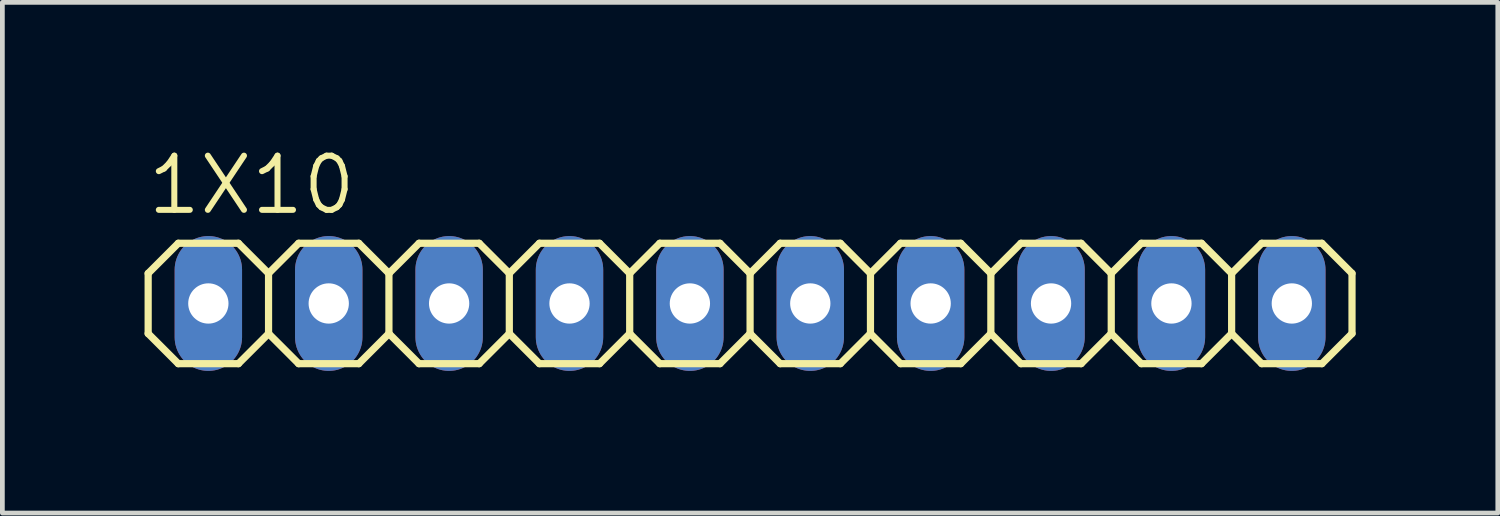
<source format=kicad_pcb>
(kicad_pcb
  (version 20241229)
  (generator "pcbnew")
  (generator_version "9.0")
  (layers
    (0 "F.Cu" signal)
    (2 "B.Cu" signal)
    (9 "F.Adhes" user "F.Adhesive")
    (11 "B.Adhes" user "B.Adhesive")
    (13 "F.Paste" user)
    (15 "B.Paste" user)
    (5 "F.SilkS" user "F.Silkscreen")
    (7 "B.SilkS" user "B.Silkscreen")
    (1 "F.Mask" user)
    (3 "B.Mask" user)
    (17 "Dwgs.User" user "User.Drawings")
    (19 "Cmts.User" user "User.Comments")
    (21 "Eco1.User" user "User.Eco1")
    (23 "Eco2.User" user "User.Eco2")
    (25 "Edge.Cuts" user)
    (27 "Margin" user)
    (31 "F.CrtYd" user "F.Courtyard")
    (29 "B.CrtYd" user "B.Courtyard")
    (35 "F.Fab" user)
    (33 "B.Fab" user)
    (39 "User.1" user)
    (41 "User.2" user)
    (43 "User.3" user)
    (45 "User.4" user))
  (footprint "1X10"
    (layer "F.Cu")
    (at 12.776 3.353)
    (property "Reference" "1X10" (at -12.776 -1.829 0) (unlocked yes) (layer "F.SilkS") (effects (font (size 1.143 1.143) (thickness 0.127)) (justify left bottom)))
    (fp_line (start -12.7 -0.635) (end -12.7 0.635) (stroke (width 0.152) (type solid)) (layer "F.SilkS"))
    (fp_line (start -12.7 0.635) (end -12.065 1.27) (stroke (width 0.152) (type solid)) (layer "F.SilkS"))
    (fp_line (start -12.065 -1.27) (end -12.7 -0.635) (stroke (width 0.152) (type solid)) (layer "F.SilkS"))
    (fp_line (start -12.065 -1.27) (end -10.795 -1.27) (stroke (width 0.152) (type solid)) (layer "F.SilkS"))
    (fp_line (start -10.795 -1.27) (end -10.16 -0.635) (stroke (width 0.152) (type solid)) (layer "F.SilkS"))
    (fp_line (start -10.795 1.27) (end -12.065 1.27) (stroke (width 0.152) (type solid)) (layer "F.SilkS"))
    (fp_line (start -10.16 -0.635) (end -10.16 0.635) (stroke (width 0.152) (type solid)) (layer "F.SilkS"))
    (fp_line (start -10.16 -0.635) (end -9.525 -1.27) (stroke (width 0.152) (type solid)) (layer "F.SilkS"))
    (fp_line (start -10.16 0.635) (end -10.795 1.27) (stroke (width 0.152) (type solid)) (layer "F.SilkS"))
    (fp_line (start -9.525 -1.27) (end -8.255 -1.27) (stroke (width 0.152) (type solid)) (layer "F.SilkS"))
    (fp_line (start -9.525 1.27) (end -10.16 0.635) (stroke (width 0.152) (type solid)) (layer "F.SilkS"))
    (fp_line (start -8.255 -1.27) (end -7.62 -0.635) (stroke (width 0.152) (type solid)) (layer "F.SilkS"))
    (fp_line (start -8.255 1.27) (end -9.525 1.27) (stroke (width 0.152) (type solid)) (layer "F.SilkS"))
    (fp_line (start -7.62 -0.635) (end -7.62 0.635) (stroke (width 0.152) (type solid)) (layer "F.SilkS"))
    (fp_line (start -7.62 -0.635) (end -6.985 -1.27) (stroke (width 0.152) (type solid)) (layer "F.SilkS"))
    (fp_line (start -7.62 0.635) (end -8.255 1.27) (stroke (width 0.152) (type solid)) (layer "F.SilkS"))
    (fp_line (start -6.985 -1.27) (end -5.715 -1.27) (stroke (width 0.152) (type solid)) (layer "F.SilkS"))
    (fp_line (start -6.985 1.27) (end -7.62 0.635) (stroke (width 0.152) (type solid)) (layer "F.SilkS"))
    (fp_line (start -5.715 -1.27) (end -5.08 -0.635) (stroke (width 0.152) (type solid)) (layer "F.SilkS"))
    (fp_line (start -5.715 1.27) (end -6.985 1.27) (stroke (width 0.152) (type solid)) (layer "F.SilkS"))
    (fp_line (start -5.08 -0.635) (end -5.08 0.635) (stroke (width 0.152) (type solid)) (layer "F.SilkS"))
    (fp_line (start -5.08 0.635) (end -5.715 1.27) (stroke (width 0.152) (type solid)) (layer "F.SilkS"))
    (fp_line (start -5.08 0.635) (end -4.445 1.27) (stroke (width 0.152) (type solid)) (layer "F.SilkS"))
    (fp_line (start -4.445 -1.27) (end -5.08 -0.635) (stroke (width 0.152) (type solid)) (layer "F.SilkS"))
    (fp_line (start -4.445 -1.27) (end -3.175 -1.27) (stroke (width 0.152) (type solid)) (layer "F.SilkS"))
    (fp_line (start -3.175 -1.27) (end -2.54 -0.635) (stroke (width 0.152) (type solid)) (layer "F.SilkS"))
    (fp_line (start -3.175 1.27) (end -4.445 1.27) (stroke (width 0.152) (type solid)) (layer "F.SilkS"))
    (fp_line (start -2.54 -0.635) (end -2.54 0.635) (stroke (width 0.152) (type solid)) (layer "F.SilkS"))
    (fp_line (start -2.54 -0.635) (end -1.905 -1.27) (stroke (width 0.152) (type solid)) (layer "F.SilkS"))
    (fp_line (start -2.54 0.635) (end -3.175 1.27) (stroke (width 0.152) (type solid)) (layer "F.SilkS"))
    (fp_line (start -1.905 -1.27) (end -0.635 -1.27) (stroke (width 0.152) (type solid)) (layer "F.SilkS"))
    (fp_line (start -1.905 1.27) (end -2.54 0.635) (stroke (width 0.152) (type solid)) (layer "F.SilkS"))
    (fp_line (start -0.635 -1.27) (end 0 -0.635) (stroke (width 0.152) (type solid)) (layer "F.SilkS"))
    (fp_line (start -0.635 1.27) (end -1.905 1.27) (stroke (width 0.152) (type solid)) (layer "F.SilkS"))
    (fp_line (start 0 -0.635) (end 0 0.635) (stroke (width 0.152) (type solid)) (layer "F.SilkS"))
    (fp_line (start 0 -0.635) (end 0.635 -1.27) (stroke (width 0.152) (type solid)) (layer "F.SilkS"))
    (fp_line (start 0 0.635) (end -0.635 1.27) (stroke (width 0.152) (type solid)) (layer "F.SilkS"))
    (fp_line (start 0.635 -1.27) (end 1.905 -1.27) (stroke (width 0.152) (type solid)) (layer "F.SilkS"))
    (fp_line (start 0.635 1.27) (end 0 0.635) (stroke (width 0.152) (type solid)) (layer "F.SilkS"))
    (fp_line (start 1.905 -1.27) (end 2.54 -0.635) (stroke (width 0.152) (type solid)) (layer "F.SilkS"))
    (fp_line (start 1.905 1.27) (end 0.635 1.27) (stroke (width 0.152) (type solid)) (layer "F.SilkS"))
    (fp_line (start 2.54 -0.635) (end 2.54 0.635) (stroke (width 0.152) (type solid)) (layer "F.SilkS"))
    (fp_line (start 2.54 0.635) (end 1.905 1.27) (stroke (width 0.152) (type solid)) (layer "F.SilkS"))
    (fp_line (start 2.54 0.635) (end 3.175 1.27) (stroke (width 0.152) (type solid)) (layer "F.SilkS"))
    (fp_line (start 3.175 -1.27) (end 2.54 -0.635) (stroke (width 0.152) (type solid)) (layer "F.SilkS"))
    (fp_line (start 3.175 -1.27) (end 4.445 -1.27) (stroke (width 0.152) (type solid)) (layer "F.SilkS"))
    (fp_line (start 4.445 -1.27) (end 5.08 -0.635) (stroke (width 0.152) (type solid)) (layer "F.SilkS"))
    (fp_line (start 4.445 1.27) (end 3.175 1.27) (stroke (width 0.152) (type solid)) (layer "F.SilkS"))
    (fp_line (start 5.08 -0.635) (end 5.08 0.635) (stroke (width 0.152) (type solid)) (layer "F.SilkS"))
    (fp_line (start 5.08 -0.635) (end 5.715 -1.27) (stroke (width 0.152) (type solid)) (layer "F.SilkS"))
    (fp_line (start 5.08 0.635) (end 4.445 1.27) (stroke (width 0.152) (type solid)) (layer "F.SilkS"))
    (fp_line (start 5.715 -1.27) (end 6.985 -1.27) (stroke (width 0.152) (type solid)) (layer "F.SilkS"))
    (fp_line (start 5.715 1.27) (end 5.08 0.635) (stroke (width 0.152) (type solid)) (layer "F.SilkS"))
    (fp_line (start 6.985 -1.27) (end 7.62 -0.635) (stroke (width 0.152) (type solid)) (layer "F.SilkS"))
    (fp_line (start 6.985 1.27) (end 5.715 1.27) (stroke (width 0.152) (type solid)) (layer "F.SilkS"))
    (fp_line (start 7.62 -0.635) (end 7.62 0.635) (stroke (width 0.152) (type solid)) (layer "F.SilkS"))
    (fp_line (start 7.62 -0.635) (end 8.255 -1.27) (stroke (width 0.152) (type solid)) (layer "F.SilkS"))
    (fp_line (start 7.62 0.635) (end 6.985 1.27) (stroke (width 0.152) (type solid)) (layer "F.SilkS"))
    (fp_line (start 8.255 -1.27) (end 9.525 -1.27) (stroke (width 0.152) (type solid)) (layer "F.SilkS"))
    (fp_line (start 8.255 1.27) (end 7.62 0.635) (stroke (width 0.152) (type solid)) (layer "F.SilkS"))
    (fp_line (start 9.525 -1.27) (end 10.16 -0.635) (stroke (width 0.152) (type solid)) (layer "F.SilkS"))
    (fp_line (start 9.525 1.27) (end 8.255 1.27) (stroke (width 0.152) (type solid)) (layer "F.SilkS"))
    (fp_line (start 10.16 -0.635) (end 10.16 0.635) (stroke (width 0.152) (type solid)) (layer "F.SilkS"))
    (fp_line (start 10.16 0.635) (end 9.525 1.27) (stroke (width 0.152) (type solid)) (layer "F.SilkS"))
    (fp_line (start 10.16 0.635) (end 10.795 1.27) (stroke (width 0.152) (type solid)) (layer "F.SilkS"))
    (fp_line (start 10.795 -1.27) (end 10.16 -0.635) (stroke (width 0.152) (type solid)) (layer "F.SilkS"))
    (fp_line (start 10.795 -1.27) (end 12.065 -1.27) (stroke (width 0.152) (type solid)) (layer "F.SilkS"))
    (fp_line (start 12.065 -1.27) (end 12.7 -0.635) (stroke (width 0.152) (type solid)) (layer "F.SilkS"))
    (fp_line (start 12.065 1.27) (end 10.795 1.27) (stroke (width 0.152) (type solid)) (layer "F.SilkS"))
    (fp_line (start 12.7 -0.635) (end 12.7 0.635) (stroke (width 0.152) (type solid)) (layer "F.SilkS"))
    (fp_line (start 12.7 0.635) (end 12.065 1.27) (stroke (width 0.152) (type solid)) (layer "F.SilkS"))
    (fp_poly (pts (xy -11.684 0.254) (xy -11.176 0.254) (xy -11.176 -0.254) (xy -11.684 -0.254)) (stroke (width 0.1) (type default)) (fill no) (layer "F.Fab"))
    (fp_poly (pts (xy -9.144 0.254) (xy -8.636 0.254) (xy -8.636 -0.254) (xy -9.144 -0.254)) (stroke (width 0.1) (type default)) (fill no) (layer "F.Fab"))
    (fp_poly (pts (xy -6.604 0.254) (xy -6.096 0.254) (xy -6.096 -0.254) (xy -6.604 -0.254)) (stroke (width 0.1) (type default)) (fill no) (layer "F.Fab"))
    (fp_poly (pts (xy -4.064 0.254) (xy -3.556 0.254) (xy -3.556 -0.254) (xy -4.064 -0.254)) (stroke (width 0.1) (type default)) (fill no) (layer "F.Fab"))
    (fp_poly (pts (xy -1.524 0.254) (xy -1.016 0.254) (xy -1.016 -0.254) (xy -1.524 -0.254)) (stroke (width 0.1) (type default)) (fill no) (layer "F.Fab"))
    (fp_poly (pts (xy 1.016 0.254) (xy 1.524 0.254) (xy 1.524 -0.254) (xy 1.016 -0.254)) (stroke (width 0.1) (type default)) (fill no) (layer "F.Fab"))
    (fp_poly (pts (xy 3.556 0.254) (xy 4.064 0.254) (xy 4.064 -0.254) (xy 3.556 -0.254)) (stroke (width 0.1) (type default)) (fill no) (layer "F.Fab"))
    (fp_poly (pts (xy 6.096 0.254) (xy 6.604 0.254) (xy 6.604 -0.254) (xy 6.096 -0.254)) (stroke (width 0.1) (type default)) (fill no) (layer "F.Fab"))
    (fp_poly (pts (xy 8.636 0.254) (xy 9.144 0.254) (xy 9.144 -0.254) (xy 8.636 -0.254)) (stroke (width 0.1) (type default)) (fill no) (layer "F.Fab"))
    (fp_poly (pts (xy 11.176 0.254) (xy 11.684 0.254) (xy 11.684 -0.254) (xy 11.176 -0.254)) (stroke (width 0.1) (type default)) (fill no) (layer "F.Fab"))
    (pad "1" thru_hole oval (at -11.43 0 90) (size 2.845 1.422) (drill 0.85) (layers "*.Cu" "*.Mask"))
    (pad "2" thru_hole oval (at -8.89 0 90) (size 2.845 1.422) (drill 0.85) (layers "*.Cu" "*.Mask"))
    (pad "3" thru_hole oval (at -6.35 0 90) (size 2.845 1.422) (drill 0.85) (layers "*.Cu" "*.Mask"))
    (pad "4" thru_hole oval (at -3.81 0 90) (size 2.845 1.422) (drill 0.85) (layers "*.Cu" "*.Mask"))
    (pad "5" thru_hole oval (at -1.27 0 90) (size 2.845 1.422) (drill 0.85) (layers "*.Cu" "*.Mask"))
    (pad "6" thru_hole oval (at 1.27 0 90) (size 2.845 1.422) (drill 0.85) (layers "*.Cu" "*.Mask"))
    (pad "7" thru_hole oval (at 3.81 0 90) (size 2.845 1.422) (drill 0.85) (layers "*.Cu" "*.Mask"))
    (pad "8" thru_hole oval (at 6.35 0 90) (size 2.845 1.422) (drill 0.85) (layers "*.Cu" "*.Mask"))
    (pad "9" thru_hole oval (at 8.89 0 90) (size 2.845 1.422) (drill 0.85) (layers "*.Cu" "*.Mask"))
    (pad "10" thru_hole oval (at 11.43 0 90) (size 2.845 1.422) (drill 0.85) (layers "*.Cu" "*.Mask")))
  (gr_rect
    (start -3 -3)
    (end 28.552 7.775)
    (stroke (width 0.1) (type default))
    (fill no)
    (layer "Edge.Cuts")))
</source>
